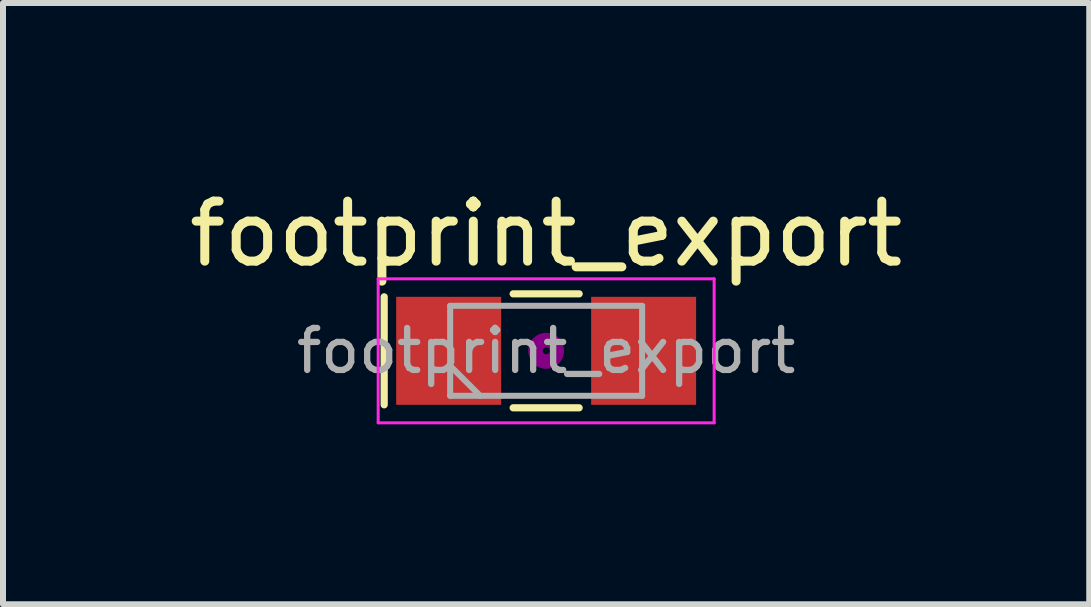
<source format=kicad_pcb>
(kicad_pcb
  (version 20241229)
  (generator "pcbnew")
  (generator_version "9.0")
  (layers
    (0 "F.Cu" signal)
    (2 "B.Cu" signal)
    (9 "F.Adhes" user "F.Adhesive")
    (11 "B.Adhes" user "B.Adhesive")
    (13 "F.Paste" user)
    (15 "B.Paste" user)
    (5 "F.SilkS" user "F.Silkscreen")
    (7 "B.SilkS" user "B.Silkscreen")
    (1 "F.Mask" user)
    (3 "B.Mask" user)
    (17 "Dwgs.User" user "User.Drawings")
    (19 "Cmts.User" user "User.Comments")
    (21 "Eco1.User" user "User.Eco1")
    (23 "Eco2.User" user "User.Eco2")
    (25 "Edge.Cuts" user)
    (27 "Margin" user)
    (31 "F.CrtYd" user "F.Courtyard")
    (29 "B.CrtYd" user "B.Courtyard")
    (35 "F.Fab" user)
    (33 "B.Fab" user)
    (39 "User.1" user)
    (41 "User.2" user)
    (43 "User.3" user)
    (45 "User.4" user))
  (footprint "footprint_export"
    (layer "F.Cu")
    (at 6.054 2.798)
    (property "Reference" "footprint_export" (at 0 -1.95 0) (layer "F.SilkS") (effects (font (size 1 1) (thickness 0.15))))
    (attr smd)
    (fp_line (start -2.7 -0.9) (end -2.7 0.9) (stroke (width 0.12) (type solid)) (layer "F.SilkS"))
    (fp_line (start -0.55 -0.95) (end 0.55 -0.95) (stroke (width 0.12) (type solid)) (layer "F.SilkS"))
    (fp_line (start -0.55 0.95) (end 0.55 0.95) (stroke (width 0.12) (type solid)) (layer "F.SilkS"))
    (fp_circle (center 0 0) (end 0.058 0) (stroke (width 0.117) (type solid)) (fill no) (layer "F.Adhes"))
    (fp_circle (center 0 0) (end 0.133 0) (stroke (width 0.083) (type solid)) (fill no) (layer "F.Adhes"))
    (fp_circle (center 0 0) (end 0.208 0) (stroke (width 0.083) (type solid)) (fill no) (layer "F.Adhes"))
    (fp_circle (center 0 0) (end 0.25 0) (stroke (width 0.1) (type solid)) (fill no) (layer "F.Adhes"))
    (fp_line (start -2.8 -1.2) (end -2.8 1.2) (stroke (width 0.05) (type solid)) (layer "F.CrtYd"))
    (fp_line (start -2.8 1.2) (end 2.8 1.2) (stroke (width 0.05) (type solid)) (layer "F.CrtYd"))
    (fp_line (start 2.8 -1.2) (end -2.8 -1.2) (stroke (width 0.05) (type solid)) (layer "F.CrtYd"))
    (fp_line (start 2.8 1.2) (end 2.8 -1.2) (stroke (width 0.05) (type solid)) (layer "F.CrtYd"))
    (fp_line (start -1.6 -0.75) (end -1.6 0.75) (stroke (width 0.1) (type solid)) (layer "F.Fab"))
    (fp_line (start -1.6 0.25) (end -1.1 0.75) (stroke (width 0.1) (type solid)) (layer "F.Fab"))
    (fp_line (start -1.6 0.75) (end 1.6 0.75) (stroke (width 0.1) (type solid)) (layer "F.Fab"))
    (fp_line (start 1.6 -0.75) (end -1.6 -0.75) (stroke (width 0.1) (type solid)) (layer "F.Fab"))
    (fp_line (start 1.6 0.75) (end 1.6 -0.75) (stroke (width 0.1) (type solid)) (layer "F.Fab"))
    (fp_text user "${REFERENCE}" (at 0 0 0) (layer "F.Fab") (effects (font (size 0.7 0.7) (thickness 0.105))))
    (pad "1" smd rect (at -1.625 0) (size 1.75 1.8) (layers "F.Cu" "F.Mask" "F.Paste"))
    (pad "2" smd rect (at 1.625 0) (size 1.75 1.8) (layers "F.Cu" "F.Mask" "F.Paste")))
  (gr_rect
    (start -3 -3)
    (end 15.107 7.023)
    (stroke (width 0.1) (type default))
    (fill no)
    (layer "Edge.Cuts")))
</source>
